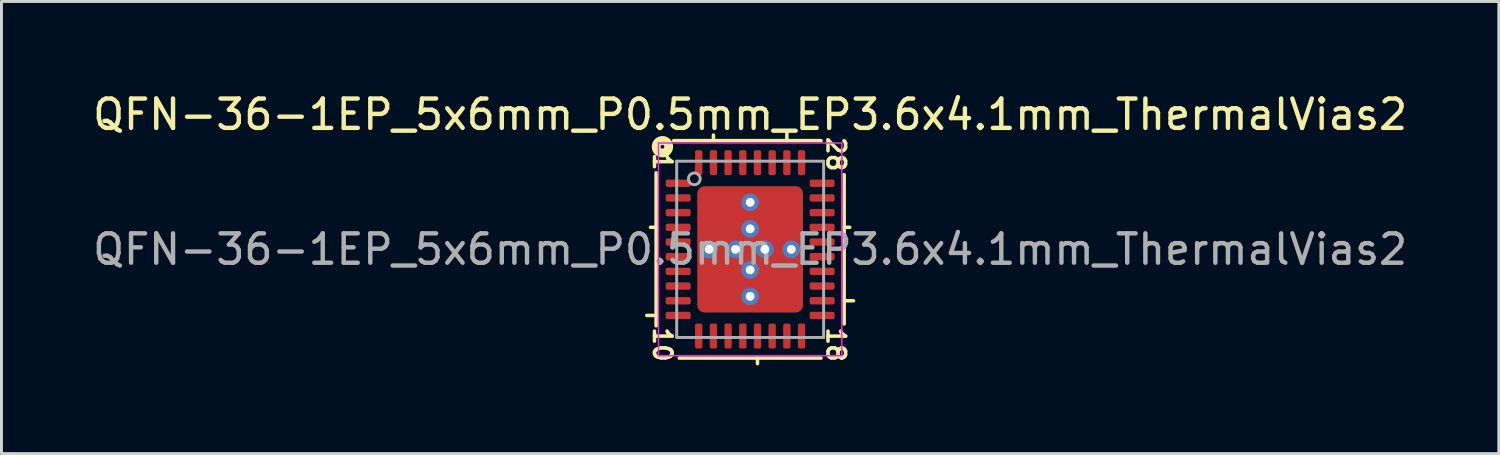
<source format=kicad_pcb>
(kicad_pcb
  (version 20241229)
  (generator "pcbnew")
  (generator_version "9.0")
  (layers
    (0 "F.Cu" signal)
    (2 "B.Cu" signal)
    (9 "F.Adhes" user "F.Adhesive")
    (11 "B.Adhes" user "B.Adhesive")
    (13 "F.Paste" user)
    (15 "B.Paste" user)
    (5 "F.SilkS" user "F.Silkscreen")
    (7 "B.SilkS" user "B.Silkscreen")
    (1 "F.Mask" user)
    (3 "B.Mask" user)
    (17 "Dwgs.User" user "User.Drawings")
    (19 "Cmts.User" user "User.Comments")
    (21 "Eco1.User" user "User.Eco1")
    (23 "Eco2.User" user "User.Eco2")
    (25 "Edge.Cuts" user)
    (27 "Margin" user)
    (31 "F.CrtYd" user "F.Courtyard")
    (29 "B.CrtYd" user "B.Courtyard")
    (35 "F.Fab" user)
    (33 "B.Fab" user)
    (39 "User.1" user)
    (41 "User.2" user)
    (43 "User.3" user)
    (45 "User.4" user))
  (footprint "QFN-36-1EP_5x6mm_P0.5mm_EP3.6x4.1mm_ThermalVias2"
    (layer "F.Cu")
    (at 22.482 5.437)
    (property "Reference" "QFN-36-1EP_5x6mm_P0.5mm_EP3.6x4.1mm_ThermalVias2" (at 0 -4.589 0) (layer "F.SilkS") (effects (font (size 1 1) (thickness 0.15))))
    (attr smd)
    (fp_line (start -3.2 -2.603) (end -3.2 2.603) (stroke (width 0.12) (type solid)) (layer "F.SilkS"))
    (fp_line (start -3.2 -0.75) (end -3.39 -0.75) (stroke (width 0.12) (type solid)) (layer "F.SilkS"))
    (fp_line (start -3.2 2.25) (end -3.518 2.25) (stroke (width 0.12) (type solid)) (layer "F.SilkS"))
    (fp_line (start -2.413 3.7) (end 2.413 3.7) (stroke (width 0.12) (type solid)) (layer "F.SilkS"))
    (fp_line (start -1.25 -3.7) (end -1.25 -3.89) (stroke (width 0.12) (type solid)) (layer "F.SilkS"))
    (fp_line (start 0.25 3.7) (end 0.25 3.89) (stroke (width 0.12) (type solid)) (layer "F.SilkS"))
    (fp_line (start 1.25 -3.7) (end 1.25 -4.018) (stroke (width 0.12) (type solid)) (layer "F.SilkS"))
    (fp_line (start 2.413 -3.7) (end -2.603 -3.7) (stroke (width 0.12) (type solid)) (layer "F.SilkS"))
    (fp_line (start 3.2 -0.75) (end 3.39 -0.75) (stroke (width 0.12) (type solid)) (layer "F.SilkS"))
    (fp_line (start 3.2 1.75) (end 3.518 1.75) (stroke (width 0.12) (type solid)) (layer "F.SilkS"))
    (fp_line (start 3.2 2.54) (end 3.2 -2.54) (stroke (width 0.12) (type solid)) (layer "F.SilkS"))
    (fp_circle (center -2.985 -3.493) (end -2.921 -3.493) (stroke (width 0.3) (type solid)) (fill no) (layer "F.SilkS"))
    (fp_line (start -3.12 -3.62) (end -3.12 3.62) (stroke (width 0.05) (type solid)) (layer "F.CrtYd"))
    (fp_line (start -3.12 3.62) (end 3.12 3.62) (stroke (width 0.05) (type solid)) (layer "F.CrtYd"))
    (fp_line (start 3.12 -3.62) (end -3.12 -3.62) (stroke (width 0.05) (type solid)) (layer "F.CrtYd"))
    (fp_line (start 3.12 3.62) (end 3.12 -3.62) (stroke (width 0.05) (type solid)) (layer "F.CrtYd"))
    (fp_line (start -2.5 -3) (end 2.5 -3) (stroke (width 0.1) (type solid)) (layer "F.Fab"))
    (fp_line (start -2.5 3) (end -2.5 -3) (stroke (width 0.1) (type solid)) (layer "F.Fab"))
    (fp_line (start 2.5 -3) (end 2.5 3) (stroke (width 0.1) (type solid)) (layer "F.Fab"))
    (fp_line (start 2.5 3) (end -2.5 3) (stroke (width 0.1) (type solid)) (layer "F.Fab"))
    (fp_circle (center -1.9 -2.4) (end -1.7 -2.4) (stroke (width 0.1) (type solid)) (fill no) (layer "F.Fab"))
    (fp_text user "28" (at 2.921 -3.239 270) (unlocked yes) (layer "F.SilkS") (effects (font (size 0.6 0.6) (thickness 0.12))))
    (fp_text user "10" (at -2.985 3.239 270) (unlocked yes) (layer "F.SilkS") (effects (font (size 0.6 0.6) (thickness 0.12))))
    (fp_text user "18" (at 2.921 3.239 270) (unlocked yes) (layer "F.SilkS") (effects (font (size 0.6 0.6) (thickness 0.12))))
    (fp_text user "1" (at -2.985 -2.985 270) (unlocked yes) (layer "F.SilkS") (effects (font (size 0.6 0.6) (thickness 0.12))))
    (fp_text user "${REFERENCE}" (at 0 0 0) (layer "F.Fab") (effects (font (size 1 1) (thickness 0.15))))
    (pad "" smd roundrect (at -1 -1.175) (size 1.4 1.75) (layers "F.Mask") (roundrect_rratio 0.179))
    (pad "" smd roundrect (at -1 1.175) (size 1.4 1.75) (layers "F.Mask") (roundrect_rratio 0.179))
    (pad "" smd roundrect (at -1 -1.625) (size 1.2 0.65) (layers "F.Paste") (roundrect_rratio 0.25))
    (pad "" smd roundrect (at -1 -0.725) (size 1.2 0.65) (layers "F.Paste") (roundrect_rratio 0.25))
    (pad "" smd roundrect (at -1 0.725) (size 1.2 0.65) (layers "F.Paste") (roundrect_rratio 0.25))
    (pad "" smd roundrect (at -1 1.625) (size 1.2 0.65) (layers "F.Paste") (roundrect_rratio 0.25))
    (pad "" smd roundrect (at 1 -1.625) (size 1.2 0.65) (layers "F.Paste") (roundrect_rratio 0.25))
    (pad "" smd roundrect (at 1 -1.175) (size 1.4 1.75) (layers "F.Mask") (roundrect_rratio 0.179))
    (pad "" smd roundrect (at 1 -0.725) (size 1.2 0.65) (layers "F.Paste") (roundrect_rratio 0.25))
    (pad "" smd roundrect (at 1 0.725) (size 1.2 0.65) (layers "F.Paste") (roundrect_rratio 0.25))
    (pad "" smd roundrect (at 1 1.175) (size 1.4 1.75) (layers "F.Mask") (roundrect_rratio 0.179))
    (pad "" smd roundrect (at 1 1.625) (size 1.2 0.65) (layers "F.Paste") (roundrect_rratio 0.25))
    (pad "1" smd roundrect (at -2.45 -2.25) (size 0.85 0.25) (layers "F.Cu" "F.Mask" "F.Paste") (roundrect_rratio 0.25))
    (pad "2" smd roundrect (at -2.45 -1.75) (size 0.85 0.25) (layers "F.Cu" "F.Mask" "F.Paste") (roundrect_rratio 0.25))
    (pad "3" smd roundrect (at -2.45 -1.25) (size 0.85 0.25) (layers "F.Cu" "F.Mask" "F.Paste") (roundrect_rratio 0.25))
    (pad "4" smd roundrect (at -2.45 -0.75) (size 0.85 0.25) (layers "F.Cu" "F.Mask" "F.Paste") (roundrect_rratio 0.25))
    (pad "5" smd roundrect (at -2.45 -0.25) (size 0.85 0.25) (layers "F.Cu" "F.Mask" "F.Paste") (roundrect_rratio 0.25))
    (pad "6" smd roundrect (at -2.45 0.25) (size 0.85 0.25) (layers "F.Cu" "F.Mask" "F.Paste") (roundrect_rratio 0.25))
    (pad "7" smd roundrect (at -2.45 0.75) (size 0.85 0.25) (layers "F.Cu" "F.Mask" "F.Paste") (roundrect_rratio 0.25))
    (pad "8" smd roundrect (at -2.45 1.25) (size 0.85 0.25) (layers "F.Cu" "F.Mask" "F.Paste") (roundrect_rratio 0.25))
    (pad "9" smd roundrect (at -2.45 1.75) (size 0.85 0.25) (layers "F.Cu" "F.Mask" "F.Paste") (roundrect_rratio 0.25))
    (pad "10" smd roundrect (at -2.45 2.25) (size 0.85 0.25) (layers "F.Cu" "F.Mask" "F.Paste") (roundrect_rratio 0.25))
    (pad "11" smd roundrect (at -1.75 2.95) (size 0.25 0.85) (layers "F.Cu" "F.Mask" "F.Paste") (roundrect_rratio 0.25))
    (pad "12" smd roundrect (at -1.25 2.95) (size 0.25 0.85) (layers "F.Cu" "F.Mask" "F.Paste") (roundrect_rratio 0.25))
    (pad "13" smd roundrect (at -0.75 2.95) (size 0.25 0.85) (layers "F.Cu" "F.Mask" "F.Paste") (roundrect_rratio 0.25))
    (pad "14" smd roundrect (at -0.25 2.95) (size 0.25 0.85) (layers "F.Cu" "F.Mask" "F.Paste") (roundrect_rratio 0.25))
    (pad "15" smd roundrect (at 0.25 2.95) (size 0.25 0.85) (layers "F.Cu" "F.Mask" "F.Paste") (roundrect_rratio 0.25))
    (pad "16" smd roundrect (at 0.75 2.95) (size 0.25 0.85) (layers "F.Cu" "F.Mask" "F.Paste") (roundrect_rratio 0.25))
    (pad "17" smd roundrect (at 1.25 2.95) (size 0.25 0.85) (layers "F.Cu" "F.Mask" "F.Paste") (roundrect_rratio 0.25))
    (pad "18" smd roundrect (at 1.75 2.95) (size 0.25 0.85) (layers "F.Cu" "F.Mask" "F.Paste") (roundrect_rratio 0.25))
    (pad "19" smd roundrect (at 2.45 2.25) (size 0.85 0.25) (layers "F.Cu" "F.Mask" "F.Paste") (roundrect_rratio 0.25))
    (pad "20" smd roundrect (at 2.45 1.75) (size 0.85 0.25) (layers "F.Cu" "F.Mask" "F.Paste") (roundrect_rratio 0.25))
    (pad "21" smd roundrect (at 2.45 1.25) (size 0.85 0.25) (layers "F.Cu" "F.Mask" "F.Paste") (roundrect_rratio 0.25))
    (pad "22" smd roundrect (at 2.45 0.75) (size 0.85 0.25) (layers "F.Cu" "F.Mask" "F.Paste") (roundrect_rratio 0.25))
    (pad "23" smd roundrect (at 2.45 0.25) (size 0.85 0.25) (layers "F.Cu" "F.Mask" "F.Paste") (roundrect_rratio 0.25))
    (pad "24" smd roundrect (at 2.45 -0.25) (size 0.85 0.25) (layers "F.Cu" "F.Mask" "F.Paste") (roundrect_rratio 0.25))
    (pad "25" smd roundrect (at 2.45 -0.75) (size 0.85 0.25) (layers "F.Cu" "F.Mask" "F.Paste") (roundrect_rratio 0.25))
    (pad "26" smd roundrect (at 2.45 -1.25) (size 0.85 0.25) (layers "F.Cu" "F.Mask" "F.Paste") (roundrect_rratio 0.25))
    (pad "27" smd roundrect (at 2.45 -1.75) (size 0.85 0.25) (layers "F.Cu" "F.Mask" "F.Paste") (roundrect_rratio 0.25))
    (pad "28" smd roundrect (at 2.45 -2.25) (size 0.85 0.25) (layers "F.Cu" "F.Mask" "F.Paste") (roundrect_rratio 0.25))
    (pad "29" smd roundrect (at 1.75 -2.95) (size 0.25 0.85) (layers "F.Cu" "F.Mask" "F.Paste") (roundrect_rratio 0.25))
    (pad "30" smd roundrect (at 1.25 -2.95) (size 0.25 0.85) (layers "F.Cu" "F.Mask" "F.Paste") (roundrect_rratio 0.25))
    (pad "31" smd roundrect (at 0.75 -2.95) (size 0.25 0.85) (layers "F.Cu" "F.Mask" "F.Paste") (roundrect_rratio 0.25))
    (pad "32" smd roundrect (at 0.25 -2.95) (size 0.25 0.85) (layers "F.Cu" "F.Mask" "F.Paste") (roundrect_rratio 0.25))
    (pad "33" smd roundrect (at -0.25 -2.95) (size 0.25 0.85) (layers "F.Cu" "F.Mask" "F.Paste") (roundrect_rratio 0.25))
    (pad "34" smd roundrect (at -0.75 -2.95) (size 0.25 0.85) (layers "F.Cu" "F.Mask" "F.Paste") (roundrect_rratio 0.25))
    (pad "35" smd roundrect (at -1.25 -2.95) (size 0.25 0.85) (layers "F.Cu" "F.Mask" "F.Paste") (roundrect_rratio 0.25))
    (pad "36" smd roundrect (at -1.75 -2.95) (size 0.25 0.85) (layers "F.Cu" "F.Mask" "F.Paste") (roundrect_rratio 0.25))
    (pad "37" thru_hole circle (at -1.4 0) (size 0.6 0.6) (drill 0.3) (property pad_prop_heatsink) (layers "*.Cu" "*.Mask"))
    (pad "37" thru_hole circle (at -0.5 0) (size 0.6 0.6) (drill 0.3) (property pad_prop_heatsink) (layers "*.Cu" "*.Mask"))
    (pad "37" thru_hole circle (at 0 -1.6) (size 0.6 0.6) (drill 0.3) (property pad_prop_heatsink) (layers "*.Cu" "*.Mask"))
    (pad "37" thru_hole circle (at 0 -0.7) (size 0.6 0.6) (drill 0.3) (property pad_prop_heatsink) (layers "*.Cu" "*.Mask"))
    (pad "37" smd roundrect (at 0 0) (size 3.6 4.3) (layers "F.Cu") (roundrect_rratio 0.069))
    (pad "37" thru_hole circle (at 0 0.7) (size 0.6 0.6) (drill 0.3) (property pad_prop_heatsink) (layers "*.Cu" "*.Mask"))
    (pad "37" thru_hole circle (at 0 1.6) (size 0.6 0.6) (drill 0.3) (property pad_prop_heatsink) (layers "*.Cu" "*.Mask"))
    (pad "37" thru_hole circle (at 0.5 0 90) (size 0.6 0.6) (drill 0.3) (property pad_prop_heatsink) (layers "*.Cu" "*.Mask"))
    (pad "37" thru_hole circle (at 1.4 0) (size 0.6 0.6) (drill 0.3) (property pad_prop_heatsink) (layers "*.Cu" "*.Mask")))
  (gr_rect
    (start -3 -3)
    (end 47.964 12.388)
    (stroke (width 0.1) (type default))
    (fill no)
    (layer "Edge.Cuts")))
</source>
